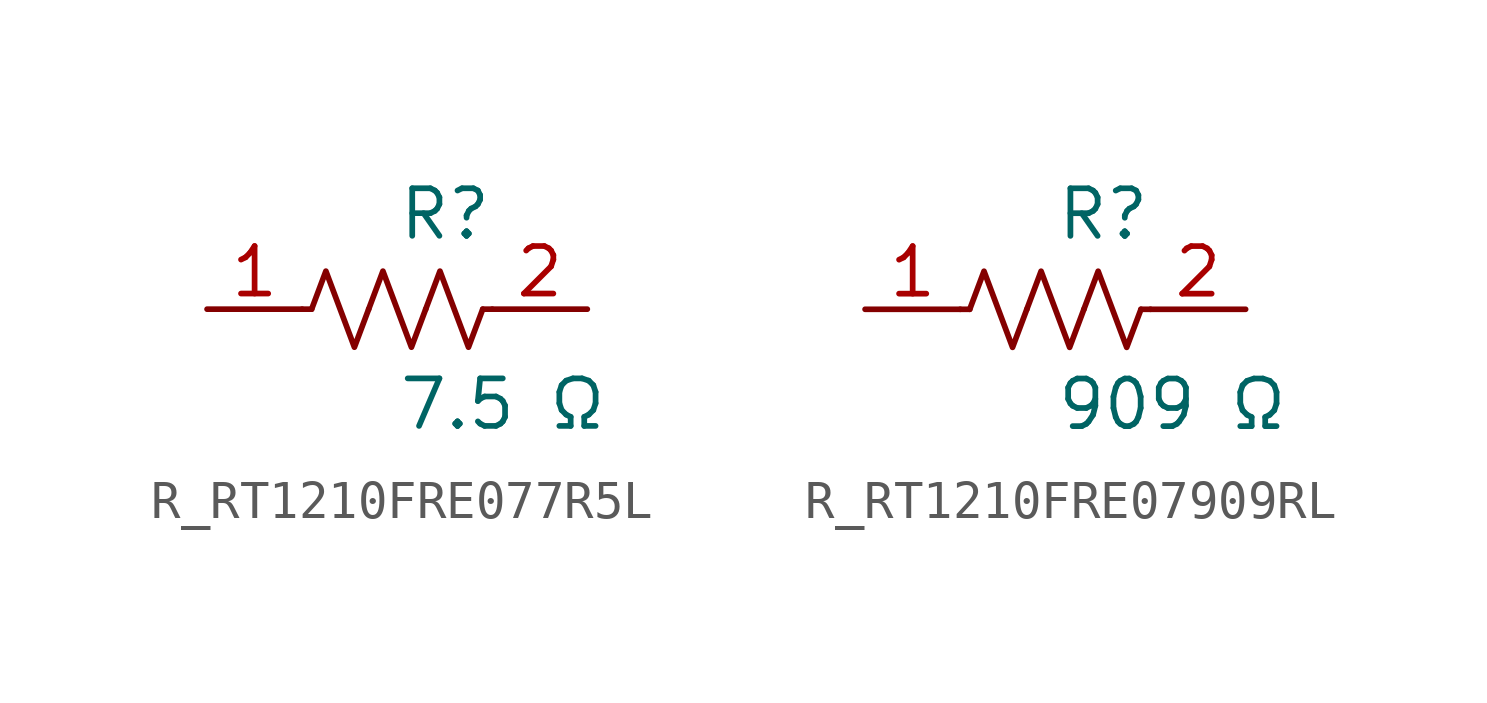
<source format=kicad_sym>
(kicad_symbol_lib
  (version 20231120)
  (generator kicad_symbol_editor)
  (generator_version 8.0)
  (symbol "R_RT1210FRE077R5L"
    (pin_names
      (offset 0.254))
    (property "Reference" "R"
      (at 0 2.54 0)
      (effects (font (size 1.27 1.27)) (justify left)))
    (property "Value" "7.5 Ω"
      (at 0 -2.54 0)
      (effects (font (size 1.27 1.27)) (justify left)))
    (symbol "R_RT1210FRE077R5L_0_1"
      (polyline (pts (xy 2.286 0) (xy 2.54 0)) (stroke (width 0) (type default)) (fill (type none)))
      (polyline (pts (xy -2.286 0) (xy -2.54 0)) (stroke (width 0) (type default)) (fill (type none)))
      (polyline (pts (xy 0.762 0) (xy 1.143 1.016) (xy 1.524 0) (xy 1.905 -1.016) (xy 2.286 0)) (stroke (width 0) (type default)) (fill (type none)))
      (polyline (pts (xy -0.762 0) (xy -0.381 1.016) (xy 0 0) (xy 0.381 -1.016) (xy 0.762 0)) (stroke (width 0) (type default)) (fill (type none)))
      (polyline (pts (xy -2.286 0) (xy -1.905 1.016) (xy -1.524 0) (xy -1.143 -1.016) (xy -0.762 0)) (stroke (width 0) (type default)) (fill (type none))))
    (pin unspecified line
      (at -5.08 0 0)
      (length 2.54)
      (name "" (effects (font (size 1.27 1.27))))
      (number "1" (effects (font (size 1.27 1.27)))))
    (pin unspecified line
      (at 5.08 0 180)
      (length 2.54)
      (name "" (effects (font (size 1.27 1.27))))
      (number "2" (effects (font (size 1.27 1.27))))))
  (symbol "R_RT1210FRE07909RL"
    (pin_names
      (offset 0.254))
    (property "Reference" "R"
      (at 0 2.54 0)
      (effects (font (size 1.27 1.27)) (justify left)))
    (property "Value" "909 Ω"
      (at 0 -2.54 0)
      (effects (font (size 1.27 1.27)) (justify left)))
    (symbol "R_RT1210FRE07909RL_0_1"
      (polyline (pts (xy 2.286 0) (xy 2.54 0)) (stroke (width 0) (type default)) (fill (type none)))
      (polyline (pts (xy -2.286 0) (xy -2.54 0)) (stroke (width 0) (type default)) (fill (type none)))
      (polyline (pts (xy 0.762 0) (xy 1.143 1.016) (xy 1.524 0) (xy 1.905 -1.016) (xy 2.286 0)) (stroke (width 0) (type default)) (fill (type none)))
      (polyline (pts (xy -0.762 0) (xy -0.381 1.016) (xy 0 0) (xy 0.381 -1.016) (xy 0.762 0)) (stroke (width 0) (type default)) (fill (type none)))
      (polyline (pts (xy -2.286 0) (xy -1.905 1.016) (xy -1.524 0) (xy -1.143 -1.016) (xy -0.762 0)) (stroke (width 0) (type default)) (fill (type none))))
    (pin unspecified line
      (at -5.08 0 0)
      (length 2.54)
      (name "" (effects (font (size 1.27 1.27))))
      (number "1" (effects (font (size 1.27 1.27)))))
    (pin unspecified line
      (at 5.08 0 180)
      (length 2.54)
      (name "" (effects (font (size 1.27 1.27))))
      (number "2" (effects (font (size 1.27 1.27)))))))
</source>
